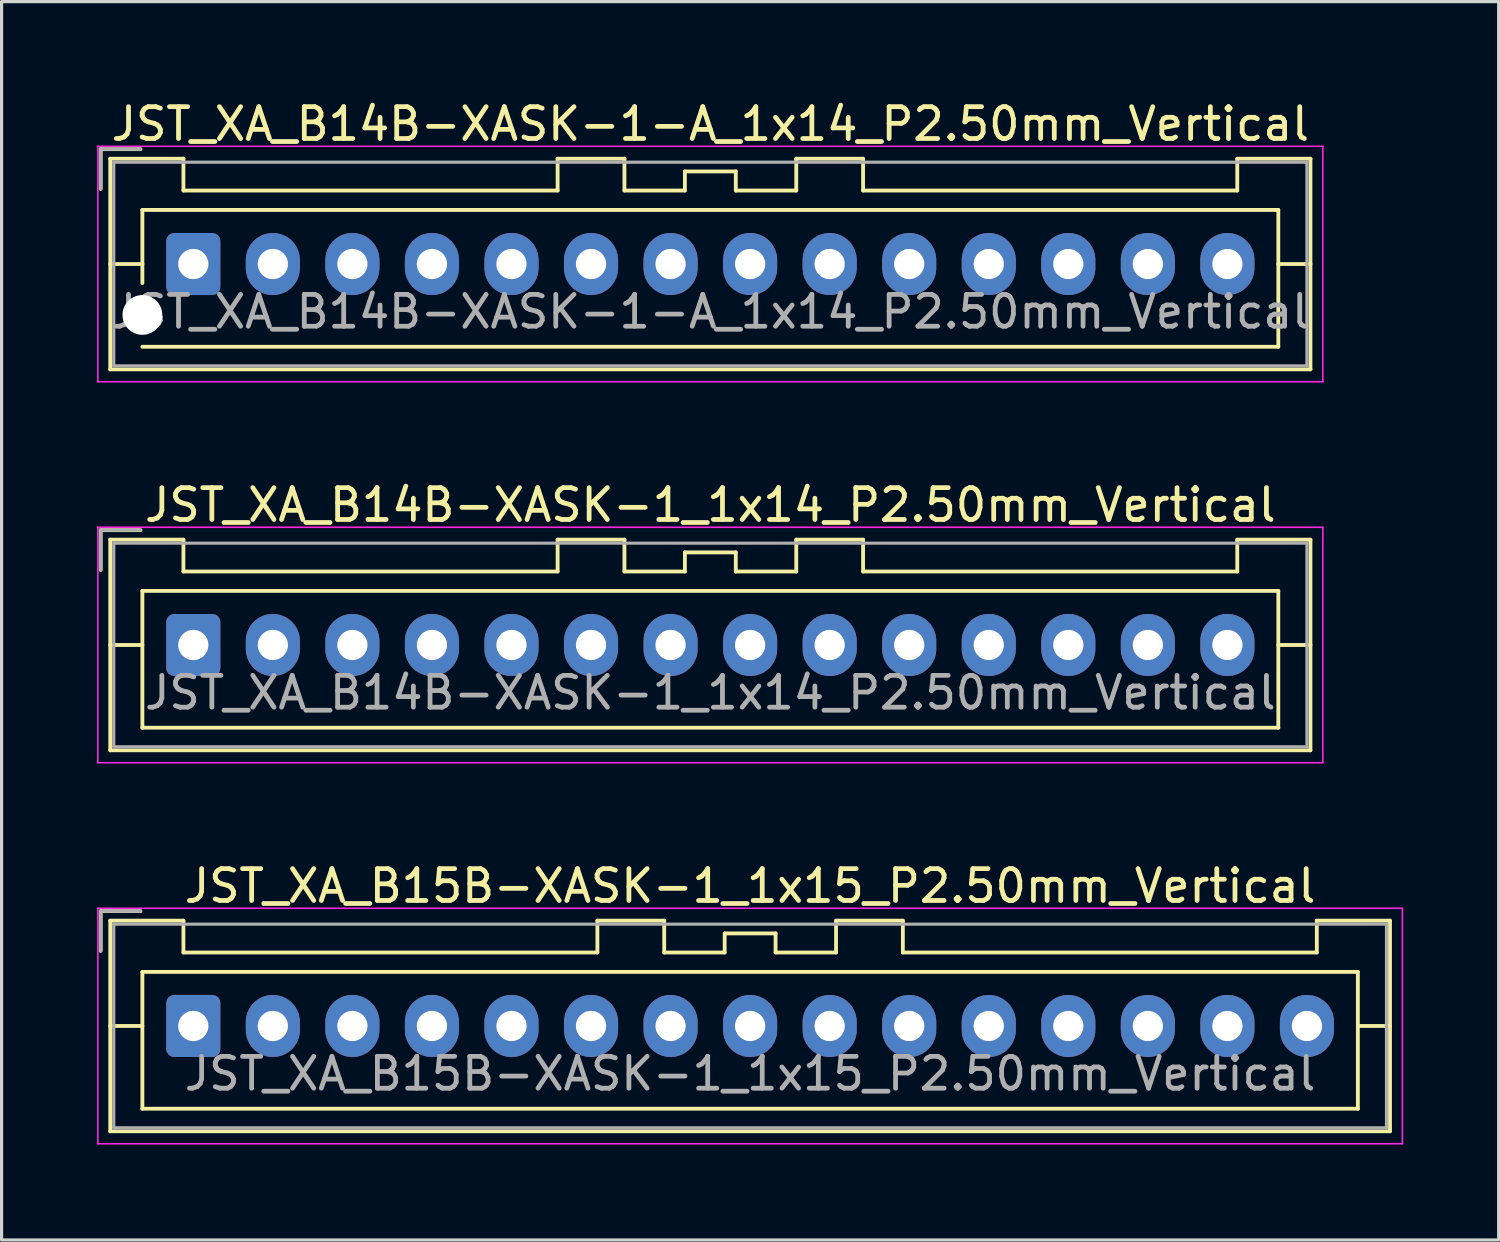
<source format=kicad_pcb>
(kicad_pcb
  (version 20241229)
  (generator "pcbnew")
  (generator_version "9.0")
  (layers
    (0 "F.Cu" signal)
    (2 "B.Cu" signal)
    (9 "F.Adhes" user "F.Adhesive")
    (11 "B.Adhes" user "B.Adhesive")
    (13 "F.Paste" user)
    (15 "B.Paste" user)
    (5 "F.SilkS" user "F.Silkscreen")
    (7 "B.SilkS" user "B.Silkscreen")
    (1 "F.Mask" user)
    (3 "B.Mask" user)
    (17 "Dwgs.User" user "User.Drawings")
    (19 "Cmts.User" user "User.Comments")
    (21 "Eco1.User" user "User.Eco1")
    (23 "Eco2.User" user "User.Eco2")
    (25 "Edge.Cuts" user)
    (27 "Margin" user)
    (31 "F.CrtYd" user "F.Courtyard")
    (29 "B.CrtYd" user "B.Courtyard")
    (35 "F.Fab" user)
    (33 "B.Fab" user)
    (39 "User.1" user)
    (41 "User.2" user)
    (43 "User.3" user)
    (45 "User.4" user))
  (footprint "JST_XA_B14B-XASK-1-A_1x14_P2.50mm_Vertical"
    (layer "F.Cu")
    (at 3.025 5.248)
    (property "Reference" "JST_XA_B14B-XASK-1-A_1x14_P2.50mm_Vertical" (at 16.25 -4.4 0) (layer "F.SilkS") (effects (font (size 1 1) (thickness 0.15))))
    (attr through_hole)
    (fp_line (start -2.91 -3.61) (end -2.91 -2.36) (stroke (width 0.12) (type solid)) (layer "F.SilkS"))
    (fp_line (start -2.61 -3.31) (end -2.61 3.31) (stroke (width 0.12) (type solid)) (layer "F.SilkS"))
    (fp_line (start -2.61 0) (end -1.6 0) (stroke (width 0.12) (type solid)) (layer "F.SilkS"))
    (fp_line (start -2.61 3.31) (end 35.11 3.31) (stroke (width 0.12) (type solid)) (layer "F.SilkS"))
    (fp_line (start -1.66 -3.61) (end -2.91 -3.61) (stroke (width 0.12) (type solid)) (layer "F.SilkS"))
    (fp_line (start -1.6 -1.7) (end 34.1 -1.7) (stroke (width 0.12) (type solid)) (layer "F.SilkS"))
    (fp_line (start -1.6 0.6) (end -1.6 -1.7) (stroke (width 0.12) (type solid)) (layer "F.SilkS"))
    (fp_line (start -0.31 -3.31) (end -2.61 -3.31) (stroke (width 0.12) (type solid)) (layer "F.SilkS"))
    (fp_line (start -0.31 -2.31) (end -0.31 -3.31) (stroke (width 0.12) (type solid)) (layer "F.SilkS"))
    (fp_line (start 11.45 -3.31) (end 11.45 -2.31) (stroke (width 0.12) (type solid)) (layer "F.SilkS"))
    (fp_line (start 11.45 -2.31) (end -0.31 -2.31) (stroke (width 0.12) (type solid)) (layer "F.SilkS"))
    (fp_line (start 13.55 -3.31) (end 11.45 -3.31) (stroke (width 0.12) (type solid)) (layer "F.SilkS"))
    (fp_line (start 13.55 -2.31) (end 13.55 -3.31) (stroke (width 0.12) (type solid)) (layer "F.SilkS"))
    (fp_line (start 15.45 -2.91) (end 15.45 -2.31) (stroke (width 0.12) (type solid)) (layer "F.SilkS"))
    (fp_line (start 15.45 -2.31) (end 13.55 -2.31) (stroke (width 0.12) (type solid)) (layer "F.SilkS"))
    (fp_line (start 17.05 -2.91) (end 15.45 -2.91) (stroke (width 0.12) (type solid)) (layer "F.SilkS"))
    (fp_line (start 17.05 -2.31) (end 17.05 -2.91) (stroke (width 0.12) (type solid)) (layer "F.SilkS"))
    (fp_line (start 18.95 -3.31) (end 18.95 -2.31) (stroke (width 0.12) (type solid)) (layer "F.SilkS"))
    (fp_line (start 18.95 -2.31) (end 17.05 -2.31) (stroke (width 0.12) (type solid)) (layer "F.SilkS"))
    (fp_line (start 21.05 -3.31) (end 18.95 -3.31) (stroke (width 0.12) (type solid)) (layer "F.SilkS"))
    (fp_line (start 21.05 -2.31) (end 21.05 -3.31) (stroke (width 0.12) (type solid)) (layer "F.SilkS"))
    (fp_line (start 32.81 -3.31) (end 32.81 -2.31) (stroke (width 0.12) (type solid)) (layer "F.SilkS"))
    (fp_line (start 32.81 -2.31) (end 21.05 -2.31) (stroke (width 0.12) (type solid)) (layer "F.SilkS"))
    (fp_line (start 34.1 -1.7) (end 34.1 2.6) (stroke (width 0.12) (type solid)) (layer "F.SilkS"))
    (fp_line (start 34.1 2.6) (end -1.6 2.6) (stroke (width 0.12) (type solid)) (layer "F.SilkS"))
    (fp_line (start 35.11 -3.31) (end 32.81 -3.31) (stroke (width 0.12) (type solid)) (layer "F.SilkS"))
    (fp_line (start 35.11 0) (end 34.1 0) (stroke (width 0.12) (type solid)) (layer "F.SilkS"))
    (fp_line (start 35.11 3.31) (end 35.11 -3.31) (stroke (width 0.12) (type solid)) (layer "F.SilkS"))
    (fp_line (start -3 -3.7) (end -3 3.7) (stroke (width 0.05) (type solid)) (layer "F.CrtYd"))
    (fp_line (start -3 3.7) (end 35.5 3.7) (stroke (width 0.05) (type solid)) (layer "F.CrtYd"))
    (fp_line (start 35.5 -3.7) (end -3 -3.7) (stroke (width 0.05) (type solid)) (layer "F.CrtYd"))
    (fp_line (start 35.5 3.7) (end 35.5 -3.7) (stroke (width 0.05) (type solid)) (layer "F.CrtYd"))
    (fp_line (start -2.91 -3.61) (end -2.91 -2.36) (stroke (width 0.1) (type solid)) (layer "F.Fab"))
    (fp_line (start -2.5 -3.2) (end -2.5 3.2) (stroke (width 0.1) (type solid)) (layer "F.Fab"))
    (fp_line (start -2.5 3.2) (end 35 3.2) (stroke (width 0.1) (type solid)) (layer "F.Fab"))
    (fp_line (start -1.66 -3.61) (end -2.91 -3.61) (stroke (width 0.1) (type solid)) (layer "F.Fab"))
    (fp_line (start 35 -3.2) (end -2.5 -3.2) (stroke (width 0.1) (type solid)) (layer "F.Fab"))
    (fp_line (start 35 3.2) (end 35 -3.2) (stroke (width 0.1) (type solid)) (layer "F.Fab"))
    (fp_text user "${REFERENCE}" (at 16.25 1.5 0) (layer "F.Fab") (effects (font (size 1 1) (thickness 0.15))))
    (pad "" np_thru_hole circle (at -1.6 1.6) (size 1.25 1.25) (drill 1.25) (layers "*.Cu" "*.Mask"))
    (pad "1" thru_hole roundrect (at 0 0) (size 1.7 1.95) (drill 0.95) (layers "*.Cu" "*.Mask") (roundrect_rratio 0.147))
    (pad "2" thru_hole oval (at 2.5 0) (size 1.7 1.95) (drill 0.95) (layers "*.Cu" "*.Mask"))
    (pad "3" thru_hole oval (at 5 0) (size 1.7 1.95) (drill 0.95) (layers "*.Cu" "*.Mask"))
    (pad "4" thru_hole oval (at 7.5 0) (size 1.7 1.95) (drill 0.95) (layers "*.Cu" "*.Mask"))
    (pad "5" thru_hole oval (at 10 0) (size 1.7 1.95) (drill 0.95) (layers "*.Cu" "*.Mask"))
    (pad "6" thru_hole oval (at 12.5 0) (size 1.7 1.95) (drill 0.95) (layers "*.Cu" "*.Mask"))
    (pad "7" thru_hole oval (at 15 0) (size 1.7 1.95) (drill 0.95) (layers "*.Cu" "*.Mask"))
    (pad "8" thru_hole oval (at 17.5 0) (size 1.7 1.95) (drill 0.95) (layers "*.Cu" "*.Mask"))
    (pad "9" thru_hole oval (at 20 0) (size 1.7 1.95) (drill 0.95) (layers "*.Cu" "*.Mask"))
    (pad "10" thru_hole oval (at 22.5 0) (size 1.7 1.95) (drill 0.95) (layers "*.Cu" "*.Mask"))
    (pad "11" thru_hole oval (at 25 0) (size 1.7 1.95) (drill 0.95) (layers "*.Cu" "*.Mask"))
    (pad "12" thru_hole oval (at 27.5 0) (size 1.7 1.95) (drill 0.95) (layers "*.Cu" "*.Mask"))
    (pad "13" thru_hole oval (at 30 0) (size 1.7 1.95) (drill 0.95) (layers "*.Cu" "*.Mask"))
    (pad "14" thru_hole oval (at 32.5 0) (size 1.7 1.95) (drill 0.95) (layers "*.Cu" "*.Mask")))
  (footprint "JST_XA_B14B-XASK-1_1x14_P2.50mm_Vertical"
    (layer "F.Cu")
    (at 3.025 17.221)
    (property "Reference" "JST_XA_B14B-XASK-1_1x14_P2.50mm_Vertical" (at 16.25 -4.4 0) (layer "F.SilkS") (effects (font (size 1 1) (thickness 0.15))))
    (attr through_hole)
    (fp_line (start -2.91 -3.61) (end -2.91 -2.36) (stroke (width 0.12) (type solid)) (layer "F.SilkS"))
    (fp_line (start -2.61 -3.31) (end -2.61 3.31) (stroke (width 0.12) (type solid)) (layer "F.SilkS"))
    (fp_line (start -2.61 0) (end -1.6 0) (stroke (width 0.12) (type solid)) (layer "F.SilkS"))
    (fp_line (start -2.61 3.31) (end 35.11 3.31) (stroke (width 0.12) (type solid)) (layer "F.SilkS"))
    (fp_line (start -1.66 -3.61) (end -2.91 -3.61) (stroke (width 0.12) (type solid)) (layer "F.SilkS"))
    (fp_line (start -1.6 -1.7) (end -1.6 2.6) (stroke (width 0.12) (type solid)) (layer "F.SilkS"))
    (fp_line (start -1.6 2.6) (end 34.1 2.6) (stroke (width 0.12) (type solid)) (layer "F.SilkS"))
    (fp_line (start -0.31 -3.31) (end -2.61 -3.31) (stroke (width 0.12) (type solid)) (layer "F.SilkS"))
    (fp_line (start -0.31 -2.31) (end -0.31 -3.31) (stroke (width 0.12) (type solid)) (layer "F.SilkS"))
    (fp_line (start 11.45 -3.31) (end 11.45 -2.31) (stroke (width 0.12) (type solid)) (layer "F.SilkS"))
    (fp_line (start 11.45 -2.31) (end -0.31 -2.31) (stroke (width 0.12) (type solid)) (layer "F.SilkS"))
    (fp_line (start 13.55 -3.31) (end 11.45 -3.31) (stroke (width 0.12) (type solid)) (layer "F.SilkS"))
    (fp_line (start 13.55 -2.31) (end 13.55 -3.31) (stroke (width 0.12) (type solid)) (layer "F.SilkS"))
    (fp_line (start 15.45 -2.91) (end 15.45 -2.31) (stroke (width 0.12) (type solid)) (layer "F.SilkS"))
    (fp_line (start 15.45 -2.31) (end 13.55 -2.31) (stroke (width 0.12) (type solid)) (layer "F.SilkS"))
    (fp_line (start 17.05 -2.91) (end 15.45 -2.91) (stroke (width 0.12) (type solid)) (layer "F.SilkS"))
    (fp_line (start 17.05 -2.31) (end 17.05 -2.91) (stroke (width 0.12) (type solid)) (layer "F.SilkS"))
    (fp_line (start 18.95 -3.31) (end 18.95 -2.31) (stroke (width 0.12) (type solid)) (layer "F.SilkS"))
    (fp_line (start 18.95 -2.31) (end 17.05 -2.31) (stroke (width 0.12) (type solid)) (layer "F.SilkS"))
    (fp_line (start 21.05 -3.31) (end 18.95 -3.31) (stroke (width 0.12) (type solid)) (layer "F.SilkS"))
    (fp_line (start 21.05 -2.31) (end 21.05 -3.31) (stroke (width 0.12) (type solid)) (layer "F.SilkS"))
    (fp_line (start 32.81 -3.31) (end 32.81 -2.31) (stroke (width 0.12) (type solid)) (layer "F.SilkS"))
    (fp_line (start 32.81 -2.31) (end 21.05 -2.31) (stroke (width 0.12) (type solid)) (layer "F.SilkS"))
    (fp_line (start 34.1 -1.7) (end -1.6 -1.7) (stroke (width 0.12) (type solid)) (layer "F.SilkS"))
    (fp_line (start 34.1 2.6) (end 34.1 -1.7) (stroke (width 0.12) (type solid)) (layer "F.SilkS"))
    (fp_line (start 35.11 -3.31) (end 32.81 -3.31) (stroke (width 0.12) (type solid)) (layer "F.SilkS"))
    (fp_line (start 35.11 0) (end 34.1 0) (stroke (width 0.12) (type solid)) (layer "F.SilkS"))
    (fp_line (start 35.11 3.31) (end 35.11 -3.31) (stroke (width 0.12) (type solid)) (layer "F.SilkS"))
    (fp_line (start -3 -3.7) (end -3 3.7) (stroke (width 0.05) (type solid)) (layer "F.CrtYd"))
    (fp_line (start -3 3.7) (end 35.5 3.7) (stroke (width 0.05) (type solid)) (layer "F.CrtYd"))
    (fp_line (start 35.5 -3.7) (end -3 -3.7) (stroke (width 0.05) (type solid)) (layer "F.CrtYd"))
    (fp_line (start 35.5 3.7) (end 35.5 -3.7) (stroke (width 0.05) (type solid)) (layer "F.CrtYd"))
    (fp_line (start -2.91 -3.61) (end -2.91 -2.36) (stroke (width 0.1) (type solid)) (layer "F.Fab"))
    (fp_line (start -2.5 -3.2) (end -2.5 3.2) (stroke (width 0.1) (type solid)) (layer "F.Fab"))
    (fp_line (start -2.5 3.2) (end 35 3.2) (stroke (width 0.1) (type solid)) (layer "F.Fab"))
    (fp_line (start -1.66 -3.61) (end -2.91 -3.61) (stroke (width 0.1) (type solid)) (layer "F.Fab"))
    (fp_line (start 35 -3.2) (end -2.5 -3.2) (stroke (width 0.1) (type solid)) (layer "F.Fab"))
    (fp_line (start 35 3.2) (end 35 -3.2) (stroke (width 0.1) (type solid)) (layer "F.Fab"))
    (fp_text user "${REFERENCE}" (at 16.25 1.5 0) (layer "F.Fab") (effects (font (size 1 1) (thickness 0.15))))
    (pad "1" thru_hole roundrect (at 0 0) (size 1.7 1.95) (drill 0.95) (layers "*.Cu" "*.Mask") (roundrect_rratio 0.147))
    (pad "2" thru_hole oval (at 2.5 0) (size 1.7 1.95) (drill 0.95) (layers "*.Cu" "*.Mask"))
    (pad "3" thru_hole oval (at 5 0) (size 1.7 1.95) (drill 0.95) (layers "*.Cu" "*.Mask"))
    (pad "4" thru_hole oval (at 7.5 0) (size 1.7 1.95) (drill 0.95) (layers "*.Cu" "*.Mask"))
    (pad "5" thru_hole oval (at 10 0) (size 1.7 1.95) (drill 0.95) (layers "*.Cu" "*.Mask"))
    (pad "6" thru_hole oval (at 12.5 0) (size 1.7 1.95) (drill 0.95) (layers "*.Cu" "*.Mask"))
    (pad "7" thru_hole oval (at 15 0) (size 1.7 1.95) (drill 0.95) (layers "*.Cu" "*.Mask"))
    (pad "8" thru_hole oval (at 17.5 0) (size 1.7 1.95) (drill 0.95) (layers "*.Cu" "*.Mask"))
    (pad "9" thru_hole oval (at 20 0) (size 1.7 1.95) (drill 0.95) (layers "*.Cu" "*.Mask"))
    (pad "10" thru_hole oval (at 22.5 0) (size 1.7 1.95) (drill 0.95) (layers "*.Cu" "*.Mask"))
    (pad "11" thru_hole oval (at 25 0) (size 1.7 1.95) (drill 0.95) (layers "*.Cu" "*.Mask"))
    (pad "12" thru_hole oval (at 27.5 0) (size 1.7 1.95) (drill 0.95) (layers "*.Cu" "*.Mask"))
    (pad "13" thru_hole oval (at 30 0) (size 1.7 1.95) (drill 0.95) (layers "*.Cu" "*.Mask"))
    (pad "14" thru_hole oval (at 32.5 0) (size 1.7 1.95) (drill 0.95) (layers "*.Cu" "*.Mask")))
  (footprint "JST_XA_B15B-XASK-1_1x15_P2.50mm_Vertical"
    (layer "F.Cu")
    (at 3.025 29.195)
    (property "Reference" "JST_XA_B15B-XASK-1_1x15_P2.50mm_Vertical" (at 17.5 -4.4 0) (layer "F.SilkS") (effects (font (size 1 1) (thickness 0.15))))
    (attr through_hole)
    (fp_line (start -2.91 -3.61) (end -2.91 -2.36) (stroke (width 0.12) (type solid)) (layer "F.SilkS"))
    (fp_line (start -2.61 -3.31) (end -2.61 3.31) (stroke (width 0.12) (type solid)) (layer "F.SilkS"))
    (fp_line (start -2.61 0) (end -1.6 0) (stroke (width 0.12) (type solid)) (layer "F.SilkS"))
    (fp_line (start -2.61 3.31) (end 37.61 3.31) (stroke (width 0.12) (type solid)) (layer "F.SilkS"))
    (fp_line (start -1.66 -3.61) (end -2.91 -3.61) (stroke (width 0.12) (type solid)) (layer "F.SilkS"))
    (fp_line (start -1.6 -1.7) (end -1.6 2.6) (stroke (width 0.12) (type solid)) (layer "F.SilkS"))
    (fp_line (start -1.6 2.6) (end 36.6 2.6) (stroke (width 0.12) (type solid)) (layer "F.SilkS"))
    (fp_line (start -0.31 -3.31) (end -2.61 -3.31) (stroke (width 0.12) (type solid)) (layer "F.SilkS"))
    (fp_line (start -0.31 -2.31) (end -0.31 -3.31) (stroke (width 0.12) (type solid)) (layer "F.SilkS"))
    (fp_line (start 12.7 -3.31) (end 12.7 -2.31) (stroke (width 0.12) (type solid)) (layer "F.SilkS"))
    (fp_line (start 12.7 -2.31) (end -0.31 -2.31) (stroke (width 0.12) (type solid)) (layer "F.SilkS"))
    (fp_line (start 14.8 -3.31) (end 12.7 -3.31) (stroke (width 0.12) (type solid)) (layer "F.SilkS"))
    (fp_line (start 14.8 -2.31) (end 14.8 -3.31) (stroke (width 0.12) (type solid)) (layer "F.SilkS"))
    (fp_line (start 16.7 -2.91) (end 16.7 -2.31) (stroke (width 0.12) (type solid)) (layer "F.SilkS"))
    (fp_line (start 16.7 -2.31) (end 14.8 -2.31) (stroke (width 0.12) (type solid)) (layer "F.SilkS"))
    (fp_line (start 18.3 -2.91) (end 16.7 -2.91) (stroke (width 0.12) (type solid)) (layer "F.SilkS"))
    (fp_line (start 18.3 -2.31) (end 18.3 -2.91) (stroke (width 0.12) (type solid)) (layer "F.SilkS"))
    (fp_line (start 20.2 -3.31) (end 20.2 -2.31) (stroke (width 0.12) (type solid)) (layer "F.SilkS"))
    (fp_line (start 20.2 -2.31) (end 18.3 -2.31) (stroke (width 0.12) (type solid)) (layer "F.SilkS"))
    (fp_line (start 22.3 -3.31) (end 20.2 -3.31) (stroke (width 0.12) (type solid)) (layer "F.SilkS"))
    (fp_line (start 22.3 -2.31) (end 22.3 -3.31) (stroke (width 0.12) (type solid)) (layer "F.SilkS"))
    (fp_line (start 35.31 -3.31) (end 35.31 -2.31) (stroke (width 0.12) (type solid)) (layer "F.SilkS"))
    (fp_line (start 35.31 -2.31) (end 22.3 -2.31) (stroke (width 0.12) (type solid)) (layer "F.SilkS"))
    (fp_line (start 36.6 -1.7) (end -1.6 -1.7) (stroke (width 0.12) (type solid)) (layer "F.SilkS"))
    (fp_line (start 36.6 2.6) (end 36.6 -1.7) (stroke (width 0.12) (type solid)) (layer "F.SilkS"))
    (fp_line (start 37.61 -3.31) (end 35.31 -3.31) (stroke (width 0.12) (type solid)) (layer "F.SilkS"))
    (fp_line (start 37.61 0) (end 36.6 0) (stroke (width 0.12) (type solid)) (layer "F.SilkS"))
    (fp_line (start 37.61 3.31) (end 37.61 -3.31) (stroke (width 0.12) (type solid)) (layer "F.SilkS"))
    (fp_line (start -3 -3.7) (end -3 3.7) (stroke (width 0.05) (type solid)) (layer "F.CrtYd"))
    (fp_line (start -3 3.7) (end 38 3.7) (stroke (width 0.05) (type solid)) (layer "F.CrtYd"))
    (fp_line (start 38 -3.7) (end -3 -3.7) (stroke (width 0.05) (type solid)) (layer "F.CrtYd"))
    (fp_line (start 38 3.7) (end 38 -3.7) (stroke (width 0.05) (type solid)) (layer "F.CrtYd"))
    (fp_line (start -2.91 -3.61) (end -2.91 -2.36) (stroke (width 0.1) (type solid)) (layer "F.Fab"))
    (fp_line (start -2.5 -3.2) (end -2.5 3.2) (stroke (width 0.1) (type solid)) (layer "F.Fab"))
    (fp_line (start -2.5 3.2) (end 37.5 3.2) (stroke (width 0.1) (type solid)) (layer "F.Fab"))
    (fp_line (start -1.66 -3.61) (end -2.91 -3.61) (stroke (width 0.1) (type solid)) (layer "F.Fab"))
    (fp_line (start 37.5 -3.2) (end -2.5 -3.2) (stroke (width 0.1) (type solid)) (layer "F.Fab"))
    (fp_line (start 37.5 3.2) (end 37.5 -3.2) (stroke (width 0.1) (type solid)) (layer "F.Fab"))
    (fp_text user "${REFERENCE}" (at 17.5 1.5 0) (layer "F.Fab") (effects (font (size 1 1) (thickness 0.15))))
    (pad "1" thru_hole roundrect (at 0 0) (size 1.7 1.95) (drill 0.95) (layers "*.Cu" "*.Mask") (roundrect_rratio 0.147))
    (pad "2" thru_hole oval (at 2.5 0) (size 1.7 1.95) (drill 0.95) (layers "*.Cu" "*.Mask"))
    (pad "3" thru_hole oval (at 5 0) (size 1.7 1.95) (drill 0.95) (layers "*.Cu" "*.Mask"))
    (pad "4" thru_hole oval (at 7.5 0) (size 1.7 1.95) (drill 0.95) (layers "*.Cu" "*.Mask"))
    (pad "5" thru_hole oval (at 10 0) (size 1.7 1.95) (drill 0.95) (layers "*.Cu" "*.Mask"))
    (pad "6" thru_hole oval (at 12.5 0) (size 1.7 1.95) (drill 0.95) (layers "*.Cu" "*.Mask"))
    (pad "7" thru_hole oval (at 15 0) (size 1.7 1.95) (drill 0.95) (layers "*.Cu" "*.Mask"))
    (pad "8" thru_hole oval (at 17.5 0) (size 1.7 1.95) (drill 0.95) (layers "*.Cu" "*.Mask"))
    (pad "9" thru_hole oval (at 20 0) (size 1.7 1.95) (drill 0.95) (layers "*.Cu" "*.Mask"))
    (pad "10" thru_hole oval (at 22.5 0) (size 1.7 1.95) (drill 0.95) (layers "*.Cu" "*.Mask"))
    (pad "11" thru_hole oval (at 25 0) (size 1.7 1.95) (drill 0.95) (layers "*.Cu" "*.Mask"))
    (pad "12" thru_hole oval (at 27.5 0) (size 1.7 1.95) (drill 0.95) (layers "*.Cu" "*.Mask"))
    (pad "13" thru_hole oval (at 30 0) (size 1.7 1.95) (drill 0.95) (layers "*.Cu" "*.Mask"))
    (pad "14" thru_hole oval (at 32.5 0) (size 1.7 1.95) (drill 0.95) (layers "*.Cu" "*.Mask"))
    (pad "15" thru_hole oval (at 35 0) (size 1.7 1.95) (drill 0.95) (layers "*.Cu" "*.Mask")))
  (gr_rect
    (start -3 -3)
    (end 44.05 35.92)
    (stroke (width 0.1) (type default))
    (fill no)
    (layer "Edge.Cuts")))
</source>
